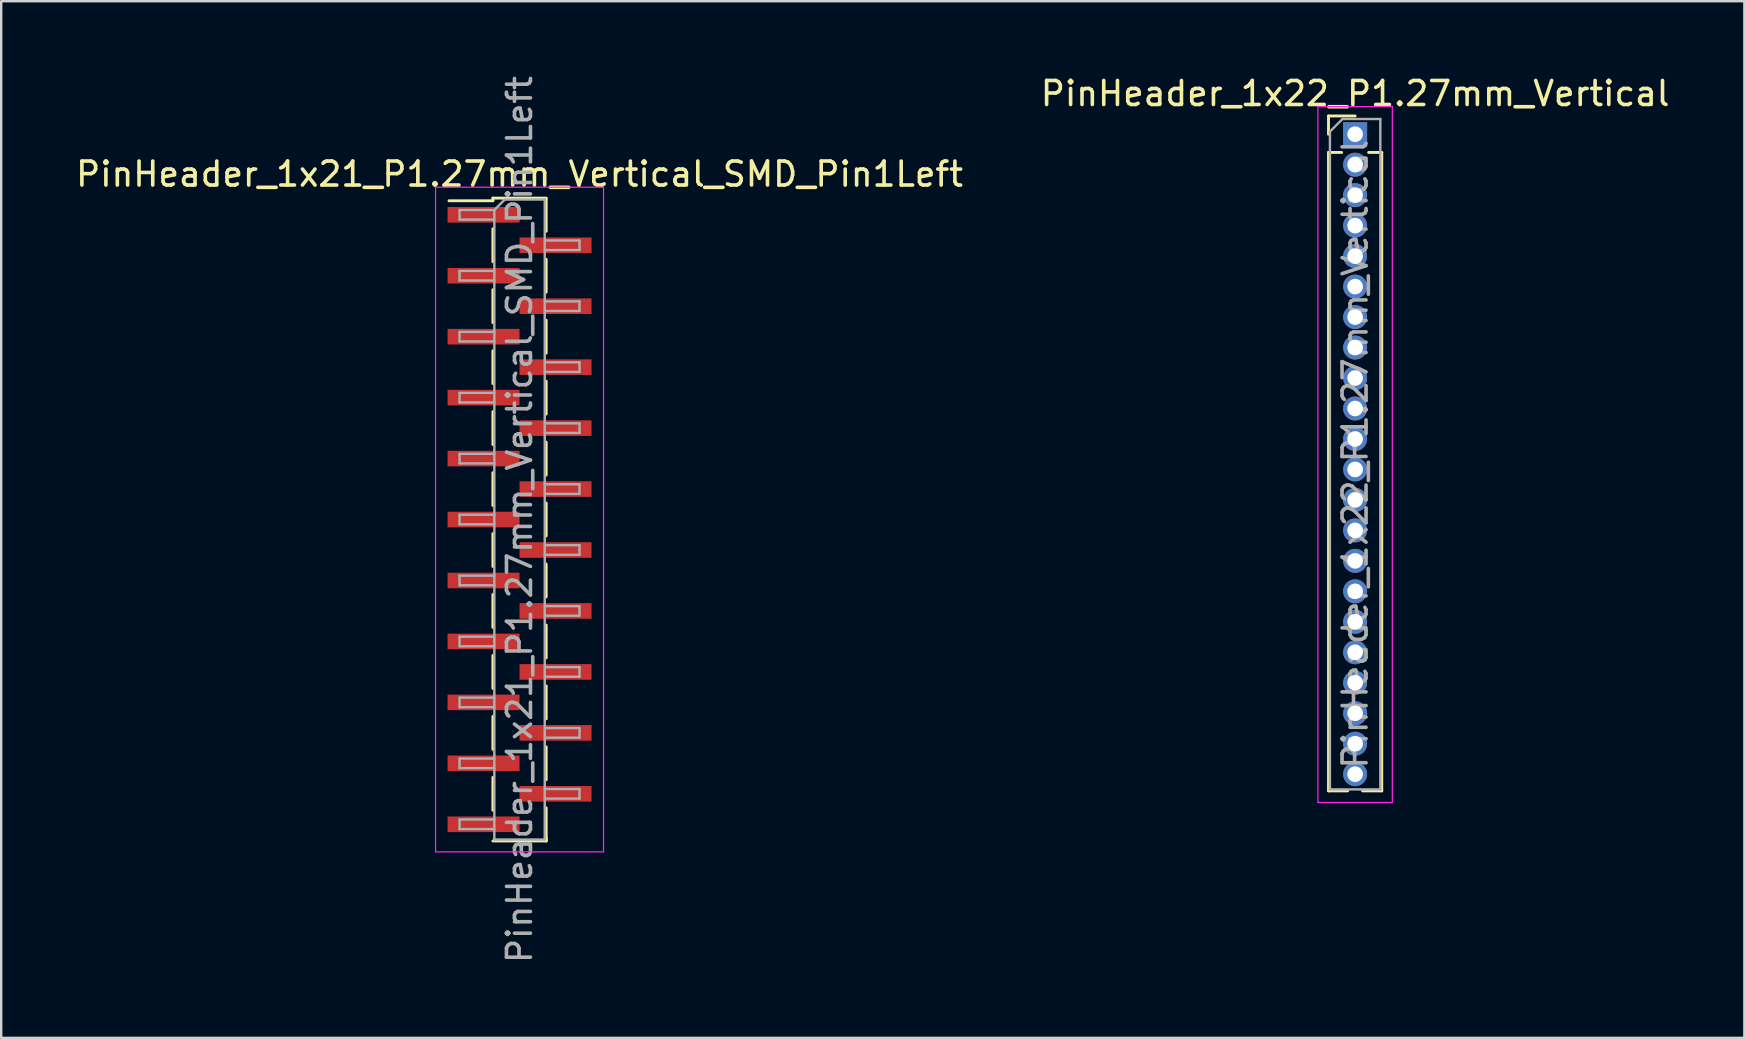
<source format=kicad_pcb>
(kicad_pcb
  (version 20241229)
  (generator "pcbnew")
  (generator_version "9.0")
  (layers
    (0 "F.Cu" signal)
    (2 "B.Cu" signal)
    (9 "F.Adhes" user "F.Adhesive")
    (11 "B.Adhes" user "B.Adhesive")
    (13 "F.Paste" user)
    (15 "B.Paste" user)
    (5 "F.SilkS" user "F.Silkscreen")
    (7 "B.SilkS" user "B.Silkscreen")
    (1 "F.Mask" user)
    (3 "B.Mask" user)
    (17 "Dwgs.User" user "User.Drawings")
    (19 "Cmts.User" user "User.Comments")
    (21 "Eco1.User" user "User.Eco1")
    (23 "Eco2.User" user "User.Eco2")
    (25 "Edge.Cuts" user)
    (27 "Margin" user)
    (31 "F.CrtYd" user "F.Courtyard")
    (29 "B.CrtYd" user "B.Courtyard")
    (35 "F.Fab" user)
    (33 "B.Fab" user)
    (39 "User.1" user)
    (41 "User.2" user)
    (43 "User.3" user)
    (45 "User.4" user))
  (footprint "PinHeader_1x21_P1.27mm_Vertical_SMD_Pin1Left"
    (layer "F.Cu")
    (at 18.601 18.601)
    (property "Reference" "PinHeader_1x21_P1.27mm_Vertical_SMD_Pin1Left" (at 0 -14.395 0) (layer "F.SilkS") (effects (font (size 1 1) (thickness 0.15))))
    (attr smd)
    (fp_line (start -1.11 -13.395) (end -1.11 -13.285) (stroke (width 0.12) (type solid)) (layer "F.SilkS"))
    (fp_line (start -1.11 -13.395) (end 1.11 -13.395) (stroke (width 0.12) (type solid)) (layer "F.SilkS"))
    (fp_line (start -1.11 -13.285) (end -2.94 -13.285) (stroke (width 0.12) (type solid)) (layer "F.SilkS"))
    (fp_line (start -1.11 -12.115) (end -1.11 -10.745) (stroke (width 0.12) (type solid)) (layer "F.SilkS"))
    (fp_line (start -1.11 -9.575) (end -1.11 -8.205) (stroke (width 0.12) (type solid)) (layer "F.SilkS"))
    (fp_line (start -1.11 -7.035) (end -1.11 -5.665) (stroke (width 0.12) (type solid)) (layer "F.SilkS"))
    (fp_line (start -1.11 -4.495) (end -1.11 -3.125) (stroke (width 0.12) (type solid)) (layer "F.SilkS"))
    (fp_line (start -1.11 -1.955) (end -1.11 -0.585) (stroke (width 0.12) (type solid)) (layer "F.SilkS"))
    (fp_line (start -1.11 0.585) (end -1.11 1.955) (stroke (width 0.12) (type solid)) (layer "F.SilkS"))
    (fp_line (start -1.11 3.125) (end -1.11 4.495) (stroke (width 0.12) (type solid)) (layer "F.SilkS"))
    (fp_line (start -1.11 5.665) (end -1.11 7.035) (stroke (width 0.12) (type solid)) (layer "F.SilkS"))
    (fp_line (start -1.11 8.205) (end -1.11 9.575) (stroke (width 0.12) (type solid)) (layer "F.SilkS"))
    (fp_line (start -1.11 10.745) (end -1.11 12.115) (stroke (width 0.12) (type solid)) (layer "F.SilkS"))
    (fp_line (start -1.11 13.395) (end 1.11 13.395) (stroke (width 0.12) (type solid)) (layer "F.SilkS"))
    (fp_line (start 1.11 -13.385) (end 1.11 -12.015) (stroke (width 0.12) (type solid)) (layer "F.SilkS"))
    (fp_line (start 1.11 -10.845) (end 1.11 -9.475) (stroke (width 0.12) (type solid)) (layer "F.SilkS"))
    (fp_line (start 1.11 -8.305) (end 1.11 -6.935) (stroke (width 0.12) (type solid)) (layer "F.SilkS"))
    (fp_line (start 1.11 -5.765) (end 1.11 -4.395) (stroke (width 0.12) (type solid)) (layer "F.SilkS"))
    (fp_line (start 1.11 -3.225) (end 1.11 -1.855) (stroke (width 0.12) (type solid)) (layer "F.SilkS"))
    (fp_line (start 1.11 -0.685) (end 1.11 0.685) (stroke (width 0.12) (type solid)) (layer "F.SilkS"))
    (fp_line (start 1.11 1.855) (end 1.11 3.225) (stroke (width 0.12) (type solid)) (layer "F.SilkS"))
    (fp_line (start 1.11 4.395) (end 1.11 5.765) (stroke (width 0.12) (type solid)) (layer "F.SilkS"))
    (fp_line (start 1.11 6.935) (end 1.11 8.305) (stroke (width 0.12) (type solid)) (layer "F.SilkS"))
    (fp_line (start 1.11 9.475) (end 1.11 10.845) (stroke (width 0.12) (type solid)) (layer "F.SilkS"))
    (fp_line (start 1.11 12.015) (end 1.11 13.385) (stroke (width 0.12) (type solid)) (layer "F.SilkS"))
    (fp_line (start 1.11 13.285) (end 1.11 13.395) (stroke (width 0.12) (type solid)) (layer "F.SilkS"))
    (fp_line (start -3.5 -13.85) (end -3.5 13.85) (stroke (width 0.05) (type solid)) (layer "F.CrtYd"))
    (fp_line (start -3.5 13.85) (end 3.5 13.85) (stroke (width 0.05) (type solid)) (layer "F.CrtYd"))
    (fp_line (start 3.5 -13.85) (end -3.5 -13.85) (stroke (width 0.05) (type solid)) (layer "F.CrtYd"))
    (fp_line (start 3.5 13.85) (end 3.5 -13.85) (stroke (width 0.05) (type solid)) (layer "F.CrtYd"))
    (fp_line (start -2.5 -12.9) (end -2.5 -12.5) (stroke (width 0.1) (type solid)) (layer "F.Fab"))
    (fp_line (start -2.5 -12.5) (end -1.05 -12.5) (stroke (width 0.1) (type solid)) (layer "F.Fab"))
    (fp_line (start -2.5 -10.36) (end -2.5 -9.96) (stroke (width 0.1) (type solid)) (layer "F.Fab"))
    (fp_line (start -2.5 -9.96) (end -1.05 -9.96) (stroke (width 0.1) (type solid)) (layer "F.Fab"))
    (fp_line (start -2.5 -7.82) (end -2.5 -7.42) (stroke (width 0.1) (type solid)) (layer "F.Fab"))
    (fp_line (start -2.5 -7.42) (end -1.05 -7.42) (stroke (width 0.1) (type solid)) (layer "F.Fab"))
    (fp_line (start -2.5 -5.28) (end -2.5 -4.88) (stroke (width 0.1) (type solid)) (layer "F.Fab"))
    (fp_line (start -2.5 -4.88) (end -1.05 -4.88) (stroke (width 0.1) (type solid)) (layer "F.Fab"))
    (fp_line (start -2.5 -2.74) (end -2.5 -2.34) (stroke (width 0.1) (type solid)) (layer "F.Fab"))
    (fp_line (start -2.5 -2.34) (end -1.05 -2.34) (stroke (width 0.1) (type solid)) (layer "F.Fab"))
    (fp_line (start -2.5 -0.2) (end -2.5 0.2) (stroke (width 0.1) (type solid)) (layer "F.Fab"))
    (fp_line (start -2.5 0.2) (end -1.05 0.2) (stroke (width 0.1) (type solid)) (layer "F.Fab"))
    (fp_line (start -2.5 2.34) (end -2.5 2.74) (stroke (width 0.1) (type solid)) (layer "F.Fab"))
    (fp_line (start -2.5 2.74) (end -1.05 2.74) (stroke (width 0.1) (type solid)) (layer "F.Fab"))
    (fp_line (start -2.5 4.88) (end -2.5 5.28) (stroke (width 0.1) (type solid)) (layer "F.Fab"))
    (fp_line (start -2.5 5.28) (end -1.05 5.28) (stroke (width 0.1) (type solid)) (layer "F.Fab"))
    (fp_line (start -2.5 7.42) (end -2.5 7.82) (stroke (width 0.1) (type solid)) (layer "F.Fab"))
    (fp_line (start -2.5 7.82) (end -1.05 7.82) (stroke (width 0.1) (type solid)) (layer "F.Fab"))
    (fp_line (start -2.5 9.96) (end -2.5 10.36) (stroke (width 0.1) (type solid)) (layer "F.Fab"))
    (fp_line (start -2.5 10.36) (end -1.05 10.36) (stroke (width 0.1) (type solid)) (layer "F.Fab"))
    (fp_line (start -2.5 12.5) (end -2.5 12.9) (stroke (width 0.1) (type solid)) (layer "F.Fab"))
    (fp_line (start -2.5 12.9) (end -1.05 12.9) (stroke (width 0.1) (type solid)) (layer "F.Fab"))
    (fp_line (start -1.05 -12.9) (end -2.5 -12.9) (stroke (width 0.1) (type solid)) (layer "F.Fab"))
    (fp_line (start -1.05 -12.9) (end -0.615 -13.335) (stroke (width 0.1) (type solid)) (layer "F.Fab"))
    (fp_line (start -1.05 -10.36) (end -2.5 -10.36) (stroke (width 0.1) (type solid)) (layer "F.Fab"))
    (fp_line (start -1.05 -7.82) (end -2.5 -7.82) (stroke (width 0.1) (type solid)) (layer "F.Fab"))
    (fp_line (start -1.05 -5.28) (end -2.5 -5.28) (stroke (width 0.1) (type solid)) (layer "F.Fab"))
    (fp_line (start -1.05 -2.74) (end -2.5 -2.74) (stroke (width 0.1) (type solid)) (layer "F.Fab"))
    (fp_line (start -1.05 -0.2) (end -2.5 -0.2) (stroke (width 0.1) (type solid)) (layer "F.Fab"))
    (fp_line (start -1.05 2.34) (end -2.5 2.34) (stroke (width 0.1) (type solid)) (layer "F.Fab"))
    (fp_line (start -1.05 4.88) (end -2.5 4.88) (stroke (width 0.1) (type solid)) (layer "F.Fab"))
    (fp_line (start -1.05 7.42) (end -2.5 7.42) (stroke (width 0.1) (type solid)) (layer "F.Fab"))
    (fp_line (start -1.05 9.96) (end -2.5 9.96) (stroke (width 0.1) (type solid)) (layer "F.Fab"))
    (fp_line (start -1.05 12.5) (end -2.5 12.5) (stroke (width 0.1) (type solid)) (layer "F.Fab"))
    (fp_line (start -1.05 13.335) (end -1.05 -12.9) (stroke (width 0.1) (type solid)) (layer "F.Fab"))
    (fp_line (start -0.615 -13.335) (end 1.05 -13.335) (stroke (width 0.1) (type solid)) (layer "F.Fab"))
    (fp_line (start 1.05 -13.335) (end 1.05 13.335) (stroke (width 0.1) (type solid)) (layer "F.Fab"))
    (fp_line (start 1.05 -11.63) (end 2.5 -11.63) (stroke (width 0.1) (type solid)) (layer "F.Fab"))
    (fp_line (start 1.05 -9.09) (end 2.5 -9.09) (stroke (width 0.1) (type solid)) (layer "F.Fab"))
    (fp_line (start 1.05 -6.55) (end 2.5 -6.55) (stroke (width 0.1) (type solid)) (layer "F.Fab"))
    (fp_line (start 1.05 -4.01) (end 2.5 -4.01) (stroke (width 0.1) (type solid)) (layer "F.Fab"))
    (fp_line (start 1.05 -1.47) (end 2.5 -1.47) (stroke (width 0.1) (type solid)) (layer "F.Fab"))
    (fp_line (start 1.05 1.07) (end 2.5 1.07) (stroke (width 0.1) (type solid)) (layer "F.Fab"))
    (fp_line (start 1.05 3.61) (end 2.5 3.61) (stroke (width 0.1) (type solid)) (layer "F.Fab"))
    (fp_line (start 1.05 6.15) (end 2.5 6.15) (stroke (width 0.1) (type solid)) (layer "F.Fab"))
    (fp_line (start 1.05 8.69) (end 2.5 8.69) (stroke (width 0.1) (type solid)) (layer "F.Fab"))
    (fp_line (start 1.05 11.23) (end 2.5 11.23) (stroke (width 0.1) (type solid)) (layer "F.Fab"))
    (fp_line (start 1.05 13.335) (end -1.05 13.335) (stroke (width 0.1) (type solid)) (layer "F.Fab"))
    (fp_line (start 2.5 -11.63) (end 2.5 -11.23) (stroke (width 0.1) (type solid)) (layer "F.Fab"))
    (fp_line (start 2.5 -11.23) (end 1.05 -11.23) (stroke (width 0.1) (type solid)) (layer "F.Fab"))
    (fp_line (start 2.5 -9.09) (end 2.5 -8.69) (stroke (width 0.1) (type solid)) (layer "F.Fab"))
    (fp_line (start 2.5 -8.69) (end 1.05 -8.69) (stroke (width 0.1) (type solid)) (layer "F.Fab"))
    (fp_line (start 2.5 -6.55) (end 2.5 -6.15) (stroke (width 0.1) (type solid)) (layer "F.Fab"))
    (fp_line (start 2.5 -6.15) (end 1.05 -6.15) (stroke (width 0.1) (type solid)) (layer "F.Fab"))
    (fp_line (start 2.5 -4.01) (end 2.5 -3.61) (stroke (width 0.1) (type solid)) (layer "F.Fab"))
    (fp_line (start 2.5 -3.61) (end 1.05 -3.61) (stroke (width 0.1) (type solid)) (layer "F.Fab"))
    (fp_line (start 2.5 -1.47) (end 2.5 -1.07) (stroke (width 0.1) (type solid)) (layer "F.Fab"))
    (fp_line (start 2.5 -1.07) (end 1.05 -1.07) (stroke (width 0.1) (type solid)) (layer "F.Fab"))
    (fp_line (start 2.5 1.07) (end 2.5 1.47) (stroke (width 0.1) (type solid)) (layer "F.Fab"))
    (fp_line (start 2.5 1.47) (end 1.05 1.47) (stroke (width 0.1) (type solid)) (layer "F.Fab"))
    (fp_line (start 2.5 3.61) (end 2.5 4.01) (stroke (width 0.1) (type solid)) (layer "F.Fab"))
    (fp_line (start 2.5 4.01) (end 1.05 4.01) (stroke (width 0.1) (type solid)) (layer "F.Fab"))
    (fp_line (start 2.5 6.15) (end 2.5 6.55) (stroke (width 0.1) (type solid)) (layer "F.Fab"))
    (fp_line (start 2.5 6.55) (end 1.05 6.55) (stroke (width 0.1) (type solid)) (layer "F.Fab"))
    (fp_line (start 2.5 8.69) (end 2.5 9.09) (stroke (width 0.1) (type solid)) (layer "F.Fab"))
    (fp_line (start 2.5 9.09) (end 1.05 9.09) (stroke (width 0.1) (type solid)) (layer "F.Fab"))
    (fp_line (start 2.5 11.23) (end 2.5 11.63) (stroke (width 0.1) (type solid)) (layer "F.Fab"))
    (fp_line (start 2.5 11.63) (end 1.05 11.63) (stroke (width 0.1) (type solid)) (layer "F.Fab"))
    (fp_text user "${REFERENCE}" (at 0 0 90) (layer "F.Fab") (effects (font (size 1 1) (thickness 0.15))))
    (pad "1" smd rect (at -1.5 -12.7) (size 3 0.65) (layers "F.Cu" "F.Mask" "F.Paste"))
    (pad "2" smd rect (at 1.5 -11.43) (size 3 0.65) (layers "F.Cu" "F.Mask" "F.Paste"))
    (pad "3" smd rect (at -1.5 -10.16) (size 3 0.65) (layers "F.Cu" "F.Mask" "F.Paste"))
    (pad "4" smd rect (at 1.5 -8.89) (size 3 0.65) (layers "F.Cu" "F.Mask" "F.Paste"))
    (pad "5" smd rect (at -1.5 -7.62) (size 3 0.65) (layers "F.Cu" "F.Mask" "F.Paste"))
    (pad "6" smd rect (at 1.5 -6.35) (size 3 0.65) (layers "F.Cu" "F.Mask" "F.Paste"))
    (pad "7" smd rect (at -1.5 -5.08) (size 3 0.65) (layers "F.Cu" "F.Mask" "F.Paste"))
    (pad "8" smd rect (at 1.5 -3.81) (size 3 0.65) (layers "F.Cu" "F.Mask" "F.Paste"))
    (pad "9" smd rect (at -1.5 -2.54) (size 3 0.65) (layers "F.Cu" "F.Mask" "F.Paste"))
    (pad "10" smd rect (at 1.5 -1.27) (size 3 0.65) (layers "F.Cu" "F.Mask" "F.Paste"))
    (pad "11" smd rect (at -1.5 0) (size 3 0.65) (layers "F.Cu" "F.Mask" "F.Paste"))
    (pad "12" smd rect (at 1.5 1.27) (size 3 0.65) (layers "F.Cu" "F.Mask" "F.Paste"))
    (pad "13" smd rect (at -1.5 2.54) (size 3 0.65) (layers "F.Cu" "F.Mask" "F.Paste"))
    (pad "14" smd rect (at 1.5 3.81) (size 3 0.65) (layers "F.Cu" "F.Mask" "F.Paste"))
    (pad "15" smd rect (at -1.5 5.08) (size 3 0.65) (layers "F.Cu" "F.Mask" "F.Paste"))
    (pad "16" smd rect (at 1.5 6.35) (size 3 0.65) (layers "F.Cu" "F.Mask" "F.Paste"))
    (pad "17" smd rect (at -1.5 7.62) (size 3 0.65) (layers "F.Cu" "F.Mask" "F.Paste"))
    (pad "18" smd rect (at 1.5 8.89) (size 3 0.65) (layers "F.Cu" "F.Mask" "F.Paste"))
    (pad "19" smd rect (at -1.5 10.16) (size 3 0.65) (layers "F.Cu" "F.Mask" "F.Paste"))
    (pad "20" smd rect (at 1.5 11.43) (size 3 0.65) (layers "F.Cu" "F.Mask" "F.Paste"))
    (pad "21" smd rect (at -1.5 12.7) (size 3 0.65) (layers "F.Cu" "F.Mask" "F.Paste")))
  (footprint "PinHeader_1x22_P1.27mm_Vertical"
    (layer "F.Cu")
    (at 53.423 2.543)
    (property "Reference" "PinHeader_1x22_P1.27mm_Vertical" (at 0 -1.695 0) (layer "F.SilkS") (effects (font (size 1 1) (thickness 0.15))))
    (attr through_hole)
    (fp_line (start -1.11 -0.76) (end 0 -0.76) (stroke (width 0.12) (type solid)) (layer "F.SilkS"))
    (fp_line (start -1.11 0) (end -1.11 -0.76) (stroke (width 0.12) (type solid)) (layer "F.SilkS"))
    (fp_line (start -1.11 0.76) (end -1.11 27.365) (stroke (width 0.12) (type solid)) (layer "F.SilkS"))
    (fp_line (start -1.11 0.76) (end -0.563 0.76) (stroke (width 0.12) (type solid)) (layer "F.SilkS"))
    (fp_line (start -1.11 27.365) (end -0.308 27.365) (stroke (width 0.12) (type solid)) (layer "F.SilkS"))
    (fp_line (start 0.308 27.365) (end 1.11 27.365) (stroke (width 0.12) (type solid)) (layer "F.SilkS"))
    (fp_line (start 0.563 0.76) (end 1.11 0.76) (stroke (width 0.12) (type solid)) (layer "F.SilkS"))
    (fp_line (start 1.11 0.76) (end 1.11 27.365) (stroke (width 0.12) (type solid)) (layer "F.SilkS"))
    (fp_line (start -1.55 -1.15) (end -1.55 27.85) (stroke (width 0.05) (type solid)) (layer "F.CrtYd"))
    (fp_line (start -1.55 27.85) (end 1.55 27.85) (stroke (width 0.05) (type solid)) (layer "F.CrtYd"))
    (fp_line (start 1.55 -1.15) (end -1.55 -1.15) (stroke (width 0.05) (type solid)) (layer "F.CrtYd"))
    (fp_line (start 1.55 27.85) (end 1.55 -1.15) (stroke (width 0.05) (type solid)) (layer "F.CrtYd"))
    (fp_line (start -1.05 -0.11) (end -0.525 -0.635) (stroke (width 0.1) (type solid)) (layer "F.Fab"))
    (fp_line (start -1.05 27.305) (end -1.05 -0.11) (stroke (width 0.1) (type solid)) (layer "F.Fab"))
    (fp_line (start -0.525 -0.635) (end 1.05 -0.635) (stroke (width 0.1) (type solid)) (layer "F.Fab"))
    (fp_line (start 1.05 -0.635) (end 1.05 27.305) (stroke (width 0.1) (type solid)) (layer "F.Fab"))
    (fp_line (start 1.05 27.305) (end -1.05 27.305) (stroke (width 0.1) (type solid)) (layer "F.Fab"))
    (fp_text user "${REFERENCE}" (at 0 13.335 90) (layer "F.Fab") (effects (font (size 1 1) (thickness 0.15))))
    (pad "1" thru_hole rect (at 0 0) (size 1 1) (drill 0.65) (layers "*.Cu" "*.Mask"))
    (pad "2" thru_hole oval (at 0 1.27) (size 1 1) (drill 0.65) (layers "*.Cu" "*.Mask"))
    (pad "3" thru_hole oval (at 0 2.54) (size 1 1) (drill 0.65) (layers "*.Cu" "*.Mask"))
    (pad "4" thru_hole oval (at 0 3.81) (size 1 1) (drill 0.65) (layers "*.Cu" "*.Mask"))
    (pad "5" thru_hole oval (at 0 5.08) (size 1 1) (drill 0.65) (layers "*.Cu" "*.Mask"))
    (pad "6" thru_hole oval (at 0 6.35) (size 1 1) (drill 0.65) (layers "*.Cu" "*.Mask"))
    (pad "7" thru_hole oval (at 0 7.62) (size 1 1) (drill 0.65) (layers "*.Cu" "*.Mask"))
    (pad "8" thru_hole oval (at 0 8.89) (size 1 1) (drill 0.65) (layers "*.Cu" "*.Mask"))
    (pad "9" thru_hole oval (at 0 10.16) (size 1 1) (drill 0.65) (layers "*.Cu" "*.Mask"))
    (pad "10" thru_hole oval (at 0 11.43) (size 1 1) (drill 0.65) (layers "*.Cu" "*.Mask"))
    (pad "11" thru_hole oval (at 0 12.7) (size 1 1) (drill 0.65) (layers "*.Cu" "*.Mask"))
    (pad "12" thru_hole oval (at 0 13.97) (size 1 1) (drill 0.65) (layers "*.Cu" "*.Mask"))
    (pad "13" thru_hole oval (at 0 15.24) (size 1 1) (drill 0.65) (layers "*.Cu" "*.Mask"))
    (pad "14" thru_hole oval (at 0 16.51) (size 1 1) (drill 0.65) (layers "*.Cu" "*.Mask"))
    (pad "15" thru_hole oval (at 0 17.78) (size 1 1) (drill 0.65) (layers "*.Cu" "*.Mask"))
    (pad "16" thru_hole oval (at 0 19.05) (size 1 1) (drill 0.65) (layers "*.Cu" "*.Mask"))
    (pad "17" thru_hole oval (at 0 20.32) (size 1 1) (drill 0.65) (layers "*.Cu" "*.Mask"))
    (pad "18" thru_hole oval (at 0 21.59) (size 1 1) (drill 0.65) (layers "*.Cu" "*.Mask"))
    (pad "19" thru_hole oval (at 0 22.86) (size 1 1) (drill 0.65) (layers "*.Cu" "*.Mask"))
    (pad "20" thru_hole oval (at 0 24.13) (size 1 1) (drill 0.65) (layers "*.Cu" "*.Mask"))
    (pad "21" thru_hole oval (at 0 25.4) (size 1 1) (drill 0.65) (layers "*.Cu" "*.Mask"))
    (pad "22" thru_hole oval (at 0 26.67) (size 1 1) (drill 0.65) (layers "*.Cu" "*.Mask")))
  (gr_rect
    (start -3 -3)
    (end 69.643 40.202)
    (stroke (width 0.1) (type default))
    (fill no)
    (layer "Edge.Cuts")))
</source>
